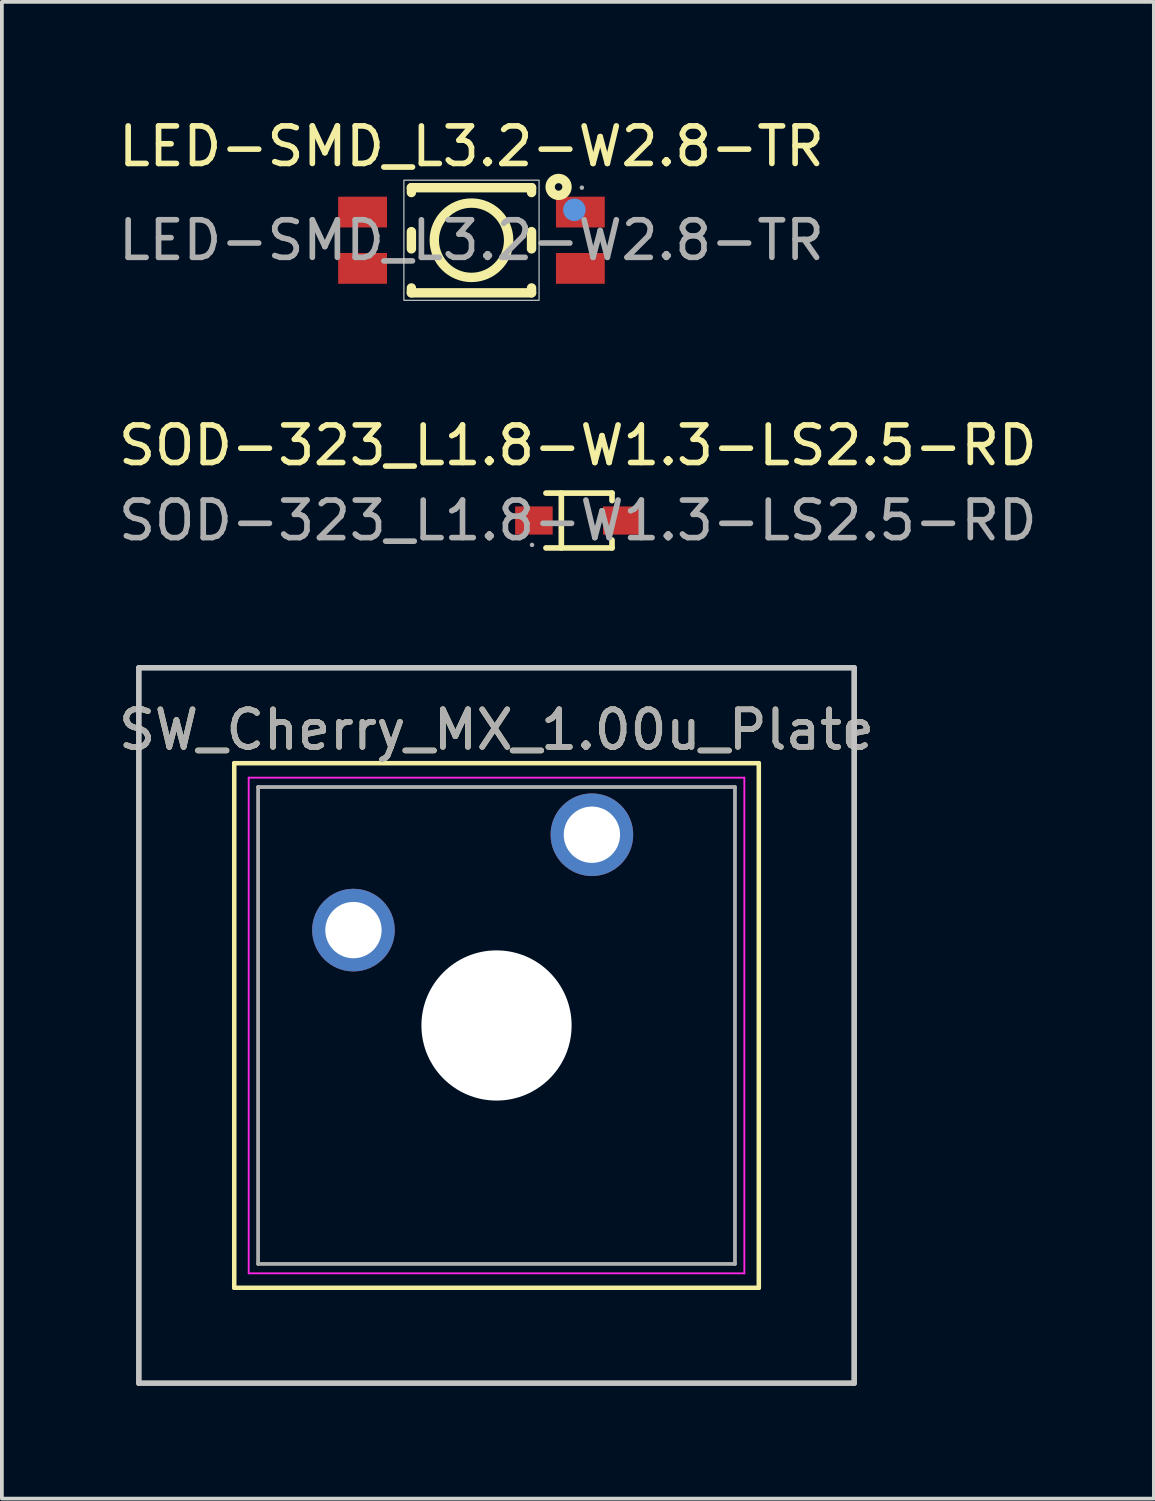
<source format=kicad_pcb>
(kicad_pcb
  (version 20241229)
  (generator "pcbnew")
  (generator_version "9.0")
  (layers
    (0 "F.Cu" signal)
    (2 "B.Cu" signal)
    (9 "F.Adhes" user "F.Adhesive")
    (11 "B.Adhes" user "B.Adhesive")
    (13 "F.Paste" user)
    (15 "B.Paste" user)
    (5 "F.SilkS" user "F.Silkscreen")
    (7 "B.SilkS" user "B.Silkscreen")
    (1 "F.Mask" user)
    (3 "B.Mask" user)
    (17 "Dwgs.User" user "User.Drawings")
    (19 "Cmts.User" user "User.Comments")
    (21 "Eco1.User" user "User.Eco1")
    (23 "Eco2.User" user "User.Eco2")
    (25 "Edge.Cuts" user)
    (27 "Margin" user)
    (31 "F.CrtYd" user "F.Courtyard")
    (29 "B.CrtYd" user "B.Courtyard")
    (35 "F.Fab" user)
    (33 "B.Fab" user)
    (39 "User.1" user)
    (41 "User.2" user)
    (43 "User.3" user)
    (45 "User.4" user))
  (footprint "LED-SMD_L3.2-W2.8-TR"
    (layer "F.Cu")
    (at 9.506 3.348)
    (property "Reference" "LED-SMD_L3.2-W2.8-TR" (at 0 -2.5 180) (layer "F.SilkS") (effects (font (size 1 1) (thickness 0.15))))
    (attr smd)
    (fp_line (start -1.6 -1.4) (end -1.6 -1.27) (stroke (width 0.25) (type solid)) (layer "F.SilkS"))
    (fp_line (start -1.6 -1.4) (end 1.6 -1.4) (stroke (width 0.25) (type solid)) (layer "F.SilkS"))
    (fp_line (start -1.6 -0.23) (end -1.6 0.23) (stroke (width 0.25) (type solid)) (layer "F.SilkS"))
    (fp_line (start -1.6 1.27) (end -1.6 1.4) (stroke (width 0.25) (type solid)) (layer "F.SilkS"))
    (fp_line (start -1.6 1.4) (end 1.6 1.4) (stroke (width 0.25) (type solid)) (layer "F.SilkS"))
    (fp_line (start 1.6 -1.4) (end 1.6 -1.27) (stroke (width 0.25) (type solid)) (layer "F.SilkS"))
    (fp_line (start 1.6 -0.23) (end 1.6 0.23) (stroke (width 0.25) (type solid)) (layer "F.SilkS"))
    (fp_line (start 1.6 1.27) (end 1.6 1.4) (stroke (width 0.25) (type solid)) (layer "F.SilkS"))
    (fp_circle (center 0 0) (end 0.99 0) (stroke (width 0.25) (type solid)) (fill no) (layer "F.SilkS"))
    (fp_circle (center 2.32 -1.42) (end 2.42 -1.42) (stroke (width 0.25) (type solid)) (fill no) (layer "F.SilkS"))
    (fp_circle (center 2.74 -0.81) (end 2.89 -0.81) (stroke (width 0.3) (type solid)) (fill no) (layer "Cmts.User"))
    (fp_rect (start -1.8 -1.6) (end 1.8 1.6) (stroke (width 0.03) (type default)) (fill no) (layer "Edge.Cuts"))
    (fp_circle (center 2.94 -1.4) (end 2.97 -1.4) (stroke (width 0.06) (type solid)) (fill no) (layer "F.Fab"))
    (fp_text user "${REFERENCE}" (at 0 0 180) (layer "F.Fab") (effects (font (size 1 1) (thickness 0.15))))
    (pad "1" smd rect (at 2.9 -0.75 90) (size 0.82 1.3) (layers "F.Cu" "F.Mask" "F.Paste"))
    (pad "2" smd rect (at 2.9 0.75 90) (size 0.82 1.3) (layers "F.Cu" "F.Mask" "F.Paste"))
    (pad "3" smd rect (at -2.9 0.75 90) (size 0.82 1.3) (layers "F.Cu" "F.Mask" "F.Paste"))
    (pad "4" smd rect (at -2.9 -0.75 90) (size 0.82 1.3) (layers "F.Cu" "F.Mask" "F.Paste")))
  (footprint "SOD-323_L1.8-W1.3-LS2.5-RD"
    (layer "F.Cu")
    (at 12.339 10.812)
    (property "Reference" "SOD-323_L1.8-W1.3-LS2.5-RD" (at 0 -2 0) (layer "F.SilkS") (effects (font (size 1 1) (thickness 0.15))))
    (attr smd)
    (fp_line (start -0.85 -0.73) (end 0.91 -0.73) (stroke (width 0.15) (type solid)) (layer "F.SilkS"))
    (fp_line (start -0.85 0.73) (end 0.91 0.73) (stroke (width 0.15) (type solid)) (layer "F.SilkS"))
    (fp_line (start -0.44 -0.73) (end -0.44 0.73) (stroke (width 0.15) (type solid)) (layer "F.SilkS"))
    (fp_line (start 0.91 -0.73) (end 0.91 -0.53) (stroke (width 0.15) (type solid)) (layer "F.SilkS"))
    (fp_line (start 0.91 0.73) (end 0.91 0.52) (stroke (width 0.15) (type solid)) (layer "F.SilkS"))
    (fp_circle (center -1.22 0.65) (end -1.19 0.65) (stroke (width 0.06) (type solid)) (fill no) (layer "F.Fab"))
    (fp_text user "${REFERENCE}" (at 0 0 0) (layer "F.Fab") (effects (font (size 1 1) (thickness 0.15))))
    (pad "1" smd rect (at -1.17 0) (size 1 0.75) (layers "F.Cu" "F.Mask" "F.Paste"))
    (pad "2" smd rect (at 1.17 0) (size 1 0.75) (layers "F.Cu" "F.Mask" "F.Paste")))
  (footprint "SW_Cherry_MX_1.00u_Plate"
    (layer "F.Cu")
    (at 10.173 24.26)
    (property "Reference" "SW_Cherry_MX_1.00u_Plate" (at 0 -7.874 0) (layer "F.SilkS") (effects (font (size 1 1) (thickness 0.15))))
    (attr through_hole)
    (fp_line (start -6.985 -6.985) (end 6.985 -6.985) (stroke (width 0.12) (type solid)) (layer "F.SilkS"))
    (fp_line (start -6.985 6.985) (end -6.985 -6.985) (stroke (width 0.12) (type solid)) (layer "F.SilkS"))
    (fp_line (start 6.985 -6.985) (end 6.985 6.985) (stroke (width 0.12) (type solid)) (layer "F.SilkS"))
    (fp_line (start 6.985 6.985) (end -6.985 6.985) (stroke (width 0.12) (type solid)) (layer "F.SilkS"))
    (fp_line (start -9.525 -9.525) (end 9.525 -9.525) (stroke (width 0.15) (type solid)) (layer "Dwgs.User"))
    (fp_line (start -9.525 9.525) (end -9.525 -9.525) (stroke (width 0.15) (type solid)) (layer "Dwgs.User"))
    (fp_line (start 9.525 -9.525) (end 9.525 9.525) (stroke (width 0.15) (type solid)) (layer "Dwgs.User"))
    (fp_line (start 9.525 9.525) (end -9.525 9.525) (stroke (width 0.15) (type solid)) (layer "Dwgs.User"))
    (fp_line (start -6.6 -6.6) (end 6.6 -6.6) (stroke (width 0.05) (type solid)) (layer "F.CrtYd"))
    (fp_line (start -6.6 6.6) (end -6.6 -6.6) (stroke (width 0.05) (type solid)) (layer "F.CrtYd"))
    (fp_line (start 6.6 -6.6) (end 6.6 6.6) (stroke (width 0.05) (type solid)) (layer "F.CrtYd"))
    (fp_line (start 6.6 6.6) (end -6.6 6.6) (stroke (width 0.05) (type solid)) (layer "F.CrtYd"))
    (fp_line (start -6.35 -6.35) (end 6.35 -6.35) (stroke (width 0.1) (type solid)) (layer "F.Fab"))
    (fp_line (start -6.35 6.35) (end -6.35 -6.35) (stroke (width 0.1) (type solid)) (layer "F.Fab"))
    (fp_line (start 6.35 -6.35) (end 6.35 6.35) (stroke (width 0.1) (type solid)) (layer "F.Fab"))
    (fp_line (start 6.35 6.35) (end -6.35 6.35) (stroke (width 0.1) (type solid)) (layer "F.Fab"))
    (fp_text user "${REFERENCE}" (at 0 -7.874 0) (layer "F.Fab") (effects (font (size 1 1) (thickness 0.15))))
    (pad "" np_thru_hole circle (at 0 0) (size 4 4) (drill 4) (layers "*.Cu" "*.Mask"))
    (pad "1" thru_hole circle (at 2.54 -5.08) (size 2.2 2.2) (drill 1.5) (layers "*.Cu" "*.Mask"))
    (pad "2" thru_hole circle (at -3.81 -2.54) (size 2.2 2.2) (drill 1.5) (layers "*.Cu" "*.Mask")))
  (gr_rect
    (start -3 -3)
    (end 27.679 36.86)
    (stroke (width 0.1) (type default))
    (fill no)
    (layer "Edge.Cuts")))
</source>
